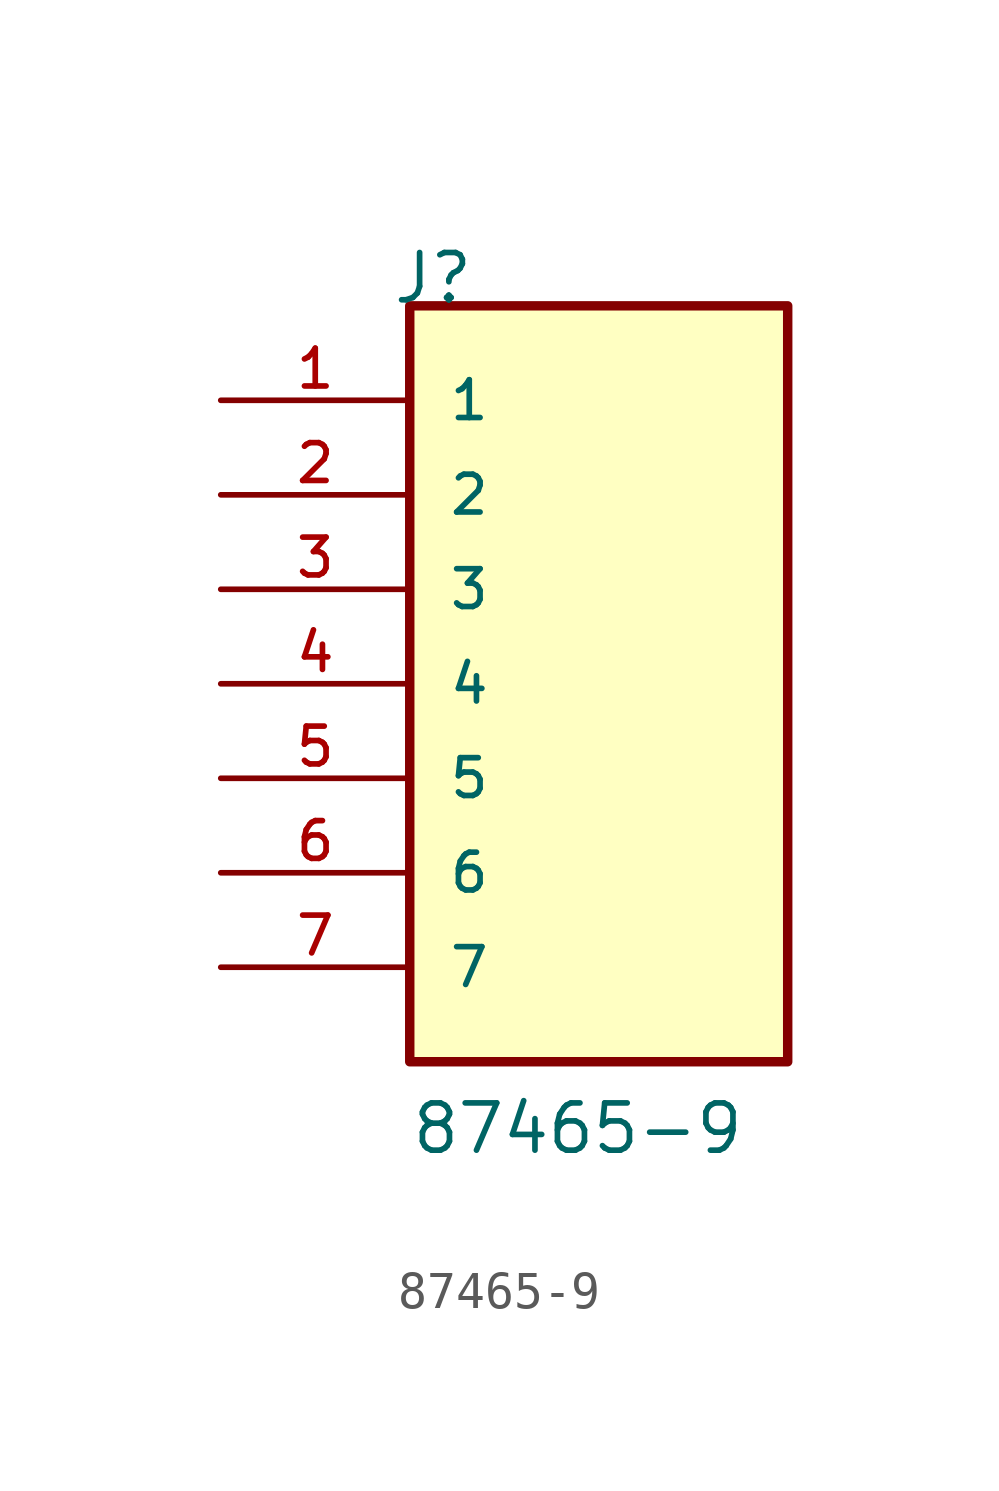
<source format=kicad_sym>
(kicad_symbol_lib
  (version 20211014)
  (generator kicad_symbol_editor)
  (symbol "87465-9"
    (pin_names
      (offset 1.016))
    (property "Reference" "J"
      (at -5.58 10.16 0)
      (effects (font (size 1.27 1.27)) (justify bottom left)))
    (property "Value" "87465-9"
      (at -5.08 -12.7 0)
      (effects (font (size 1.27 1.27)) (justify bottom left)))
    (symbol "87465-9_0_0"
      (rectangle (start -5.08 -10.16) (end 5.08 10.16) (stroke (width 0.254)) (fill (type background)))
      (pin passive line (at -10.16 7.62 0) (length 5.08) (name "1" (effects (font (size 1.016 1.016)))) (number "1" (effects (font (size 1.016 1.016)))))
      (pin passive line (at -10.16 5.08 0) (length 5.08) (name "2" (effects (font (size 1.016 1.016)))) (number "2" (effects (font (size 1.016 1.016)))))
      (pin passive line (at -10.16 2.54 0) (length 5.08) (name "3" (effects (font (size 1.016 1.016)))) (number "3" (effects (font (size 1.016 1.016)))))
      (pin passive line (at -10.16 0.0 0) (length 5.08) (name "4" (effects (font (size 1.016 1.016)))) (number "4" (effects (font (size 1.016 1.016)))))
      (pin passive line (at -10.16 -2.54 0) (length 5.08) (name "5" (effects (font (size 1.016 1.016)))) (number "5" (effects (font (size 1.016 1.016)))))
      (pin passive line (at -10.16 -5.08 0) (length 5.08) (name "6" (effects (font (size 1.016 1.016)))) (number "6" (effects (font (size 1.016 1.016)))))
      (pin passive line (at -10.16 -7.62 0) (length 5.08) (name "7" (effects (font (size 1.016 1.016)))) (number "7" (effects (font (size 1.016 1.016))))))))
</source>
